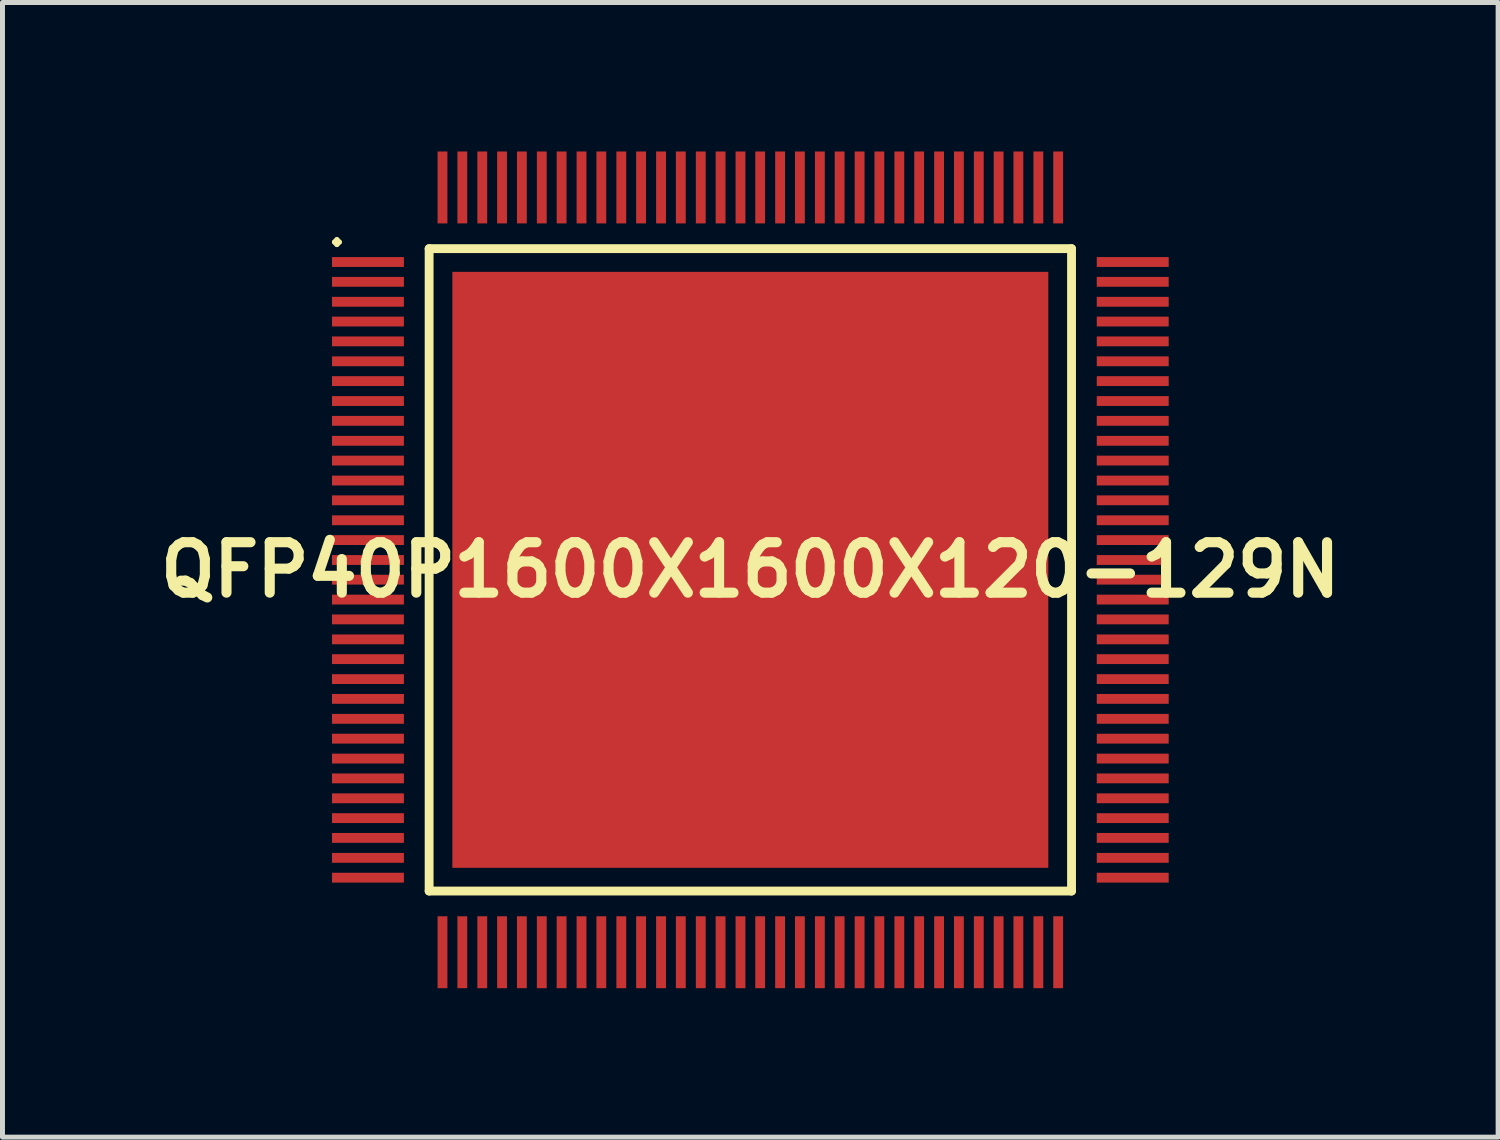
<source format=kicad_pcb>
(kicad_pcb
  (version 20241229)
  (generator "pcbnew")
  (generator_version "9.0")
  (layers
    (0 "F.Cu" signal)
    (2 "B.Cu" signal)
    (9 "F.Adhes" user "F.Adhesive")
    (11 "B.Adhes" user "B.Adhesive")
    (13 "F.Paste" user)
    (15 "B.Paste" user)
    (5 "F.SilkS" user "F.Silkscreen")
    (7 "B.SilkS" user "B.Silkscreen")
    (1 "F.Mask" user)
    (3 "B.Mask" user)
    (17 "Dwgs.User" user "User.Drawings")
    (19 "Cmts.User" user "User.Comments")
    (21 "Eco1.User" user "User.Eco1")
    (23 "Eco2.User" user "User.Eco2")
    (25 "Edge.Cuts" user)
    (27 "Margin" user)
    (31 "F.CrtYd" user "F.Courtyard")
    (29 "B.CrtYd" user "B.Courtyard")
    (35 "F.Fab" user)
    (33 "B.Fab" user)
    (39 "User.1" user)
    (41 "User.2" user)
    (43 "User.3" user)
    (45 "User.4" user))
  (footprint "QFP40P1600X1600X120-129N"
    (layer "F.Cu")
    (at 12.057 8.423)
    (property "Reference" "QFP40P1600X1600X120-129N" (at 0 0 0) (layer "F.SilkS") (effects (font (size 1.016 1.016) (thickness 0.203))))
    (attr smd)
    (fp_line (start -8.374 -6.599) (end -8.324 -6.65) (stroke (width 0.099) (type solid)) (layer "F.SilkS"))
    (fp_line (start -8.324 -6.65) (end -8.273 -6.599) (stroke (width 0.099) (type solid)) (layer "F.SilkS"))
    (fp_line (start -8.324 -6.548) (end -8.374 -6.599) (stroke (width 0.099) (type solid)) (layer "F.SilkS"))
    (fp_line (start -8.273 -6.599) (end -8.324 -6.548) (stroke (width 0.099) (type solid)) (layer "F.SilkS"))
    (fp_line (start -6.467 -6.467) (end -6.467 6.467) (stroke (width 0.178) (type solid)) (layer "F.SilkS"))
    (fp_line (start -6.467 6.467) (end 6.467 6.467) (stroke (width 0.178) (type solid)) (layer "F.SilkS"))
    (fp_line (start 6.467 -6.467) (end -6.467 -6.467) (stroke (width 0.178) (type solid)) (layer "F.SilkS"))
    (fp_line (start 6.467 6.467) (end 6.467 -6.467) (stroke (width 0.178) (type solid)) (layer "F.SilkS"))
    (pad "1" smd rect (at -7.699 -6.198) (size 1.448 0.198) (layers "F.Cu" "F.Mask" "F.Paste"))
    (pad "2" smd rect (at -7.699 -5.799) (size 1.448 0.198) (layers "F.Cu" "F.Mask" "F.Paste"))
    (pad "3" smd rect (at -7.699 -5.397) (size 1.448 0.198) (layers "F.Cu" "F.Mask" "F.Paste"))
    (pad "4" smd rect (at -7.699 -4.999) (size 1.448 0.198) (layers "F.Cu" "F.Mask" "F.Paste"))
    (pad "5" smd rect (at -7.699 -4.6) (size 1.448 0.198) (layers "F.Cu" "F.Mask" "F.Paste"))
    (pad "6" smd rect (at -7.699 -4.199) (size 1.448 0.198) (layers "F.Cu" "F.Mask" "F.Paste"))
    (pad "7" smd rect (at -7.699 -3.8) (size 1.448 0.198) (layers "F.Cu" "F.Mask" "F.Paste"))
    (pad "8" smd rect (at -7.699 -3.399) (size 1.448 0.198) (layers "F.Cu" "F.Mask" "F.Paste"))
    (pad "9" smd rect (at -7.699 -3) (size 1.448 0.198) (layers "F.Cu" "F.Mask" "F.Paste"))
    (pad "10" smd rect (at -7.699 -2.598) (size 1.448 0.198) (layers "F.Cu" "F.Mask" "F.Paste"))
    (pad "11" smd rect (at -7.699 -2.2) (size 1.448 0.198) (layers "F.Cu" "F.Mask" "F.Paste"))
    (pad "12" smd rect (at -7.699 -1.798) (size 1.448 0.198) (layers "F.Cu" "F.Mask" "F.Paste"))
    (pad "13" smd rect (at -7.699 -1.4) (size 1.448 0.198) (layers "F.Cu" "F.Mask" "F.Paste"))
    (pad "14" smd rect (at -7.699 -0.998) (size 1.448 0.198) (layers "F.Cu" "F.Mask" "F.Paste"))
    (pad "15" smd rect (at -7.699 -0.599) (size 1.448 0.198) (layers "F.Cu" "F.Mask" "F.Paste"))
    (pad "16" smd rect (at -7.699 -0.198) (size 1.448 0.198) (layers "F.Cu" "F.Mask" "F.Paste"))
    (pad "17" smd rect (at -7.699 0.198) (size 1.448 0.198) (layers "F.Cu" "F.Mask" "F.Paste"))
    (pad "18" smd rect (at -7.699 0.599) (size 1.448 0.198) (layers "F.Cu" "F.Mask" "F.Paste"))
    (pad "19" smd rect (at -7.699 0.998) (size 1.448 0.198) (layers "F.Cu" "F.Mask" "F.Paste"))
    (pad "20" smd rect (at -7.699 1.4) (size 1.448 0.198) (layers "F.Cu" "F.Mask" "F.Paste"))
    (pad "21" smd rect (at -7.699 1.798) (size 1.448 0.198) (layers "F.Cu" "F.Mask" "F.Paste"))
    (pad "22" smd rect (at -7.699 2.2) (size 1.448 0.198) (layers "F.Cu" "F.Mask" "F.Paste"))
    (pad "23" smd rect (at -7.699 2.598) (size 1.448 0.198) (layers "F.Cu" "F.Mask" "F.Paste"))
    (pad "24" smd rect (at -7.699 3) (size 1.448 0.198) (layers "F.Cu" "F.Mask" "F.Paste"))
    (pad "25" smd rect (at -7.699 3.399) (size 1.448 0.198) (layers "F.Cu" "F.Mask" "F.Paste"))
    (pad "26" smd rect (at -7.699 3.8) (size 1.448 0.198) (layers "F.Cu" "F.Mask" "F.Paste"))
    (pad "27" smd rect (at -7.699 4.199) (size 1.448 0.198) (layers "F.Cu" "F.Mask" "F.Paste"))
    (pad "28" smd rect (at -7.699 4.6) (size 1.448 0.198) (layers "F.Cu" "F.Mask" "F.Paste"))
    (pad "29" smd rect (at -7.699 4.999) (size 1.448 0.198) (layers "F.Cu" "F.Mask" "F.Paste"))
    (pad "30" smd rect (at -7.699 5.397) (size 1.448 0.198) (layers "F.Cu" "F.Mask" "F.Paste"))
    (pad "31" smd rect (at -7.699 5.799) (size 1.448 0.198) (layers "F.Cu" "F.Mask" "F.Paste"))
    (pad "32" smd rect (at -7.699 6.198) (size 1.448 0.198) (layers "F.Cu" "F.Mask" "F.Paste"))
    (pad "33" smd rect (at -6.198 7.699) (size 0.198 1.448) (layers "F.Cu" "F.Mask" "F.Paste"))
    (pad "34" smd rect (at -5.799 7.699) (size 0.198 1.448) (layers "F.Cu" "F.Mask" "F.Paste"))
    (pad "35" smd rect (at -5.397 7.699) (size 0.198 1.448) (layers "F.Cu" "F.Mask" "F.Paste"))
    (pad "36" smd rect (at -4.999 7.699) (size 0.198 1.448) (layers "F.Cu" "F.Mask" "F.Paste"))
    (pad "37" smd rect (at -4.6 7.699) (size 0.198 1.448) (layers "F.Cu" "F.Mask" "F.Paste"))
    (pad "38" smd rect (at -4.199 7.699) (size 0.198 1.448) (layers "F.Cu" "F.Mask" "F.Paste"))
    (pad "39" smd rect (at -3.8 7.699) (size 0.198 1.448) (layers "F.Cu" "F.Mask" "F.Paste"))
    (pad "40" smd rect (at -3.399 7.699) (size 0.198 1.448) (layers "F.Cu" "F.Mask" "F.Paste"))
    (pad "41" smd rect (at -3 7.699) (size 0.198 1.448) (layers "F.Cu" "F.Mask" "F.Paste"))
    (pad "42" smd rect (at -2.598 7.699) (size 0.198 1.448) (layers "F.Cu" "F.Mask" "F.Paste"))
    (pad "43" smd rect (at -2.2 7.699) (size 0.198 1.448) (layers "F.Cu" "F.Mask" "F.Paste"))
    (pad "44" smd rect (at -1.798 7.699) (size 0.198 1.448) (layers "F.Cu" "F.Mask" "F.Paste"))
    (pad "45" smd rect (at -1.4 7.699) (size 0.198 1.448) (layers "F.Cu" "F.Mask" "F.Paste"))
    (pad "46" smd rect (at -0.998 7.699) (size 0.198 1.448) (layers "F.Cu" "F.Mask" "F.Paste"))
    (pad "47" smd rect (at -0.599 7.699) (size 0.198 1.448) (layers "F.Cu" "F.Mask" "F.Paste"))
    (pad "48" smd rect (at -0.198 7.699) (size 0.198 1.448) (layers "F.Cu" "F.Mask" "F.Paste"))
    (pad "49" smd rect (at 0.198 7.699) (size 0.198 1.448) (layers "F.Cu" "F.Mask" "F.Paste"))
    (pad "50" smd rect (at 0.599 7.699) (size 0.198 1.448) (layers "F.Cu" "F.Mask" "F.Paste"))
    (pad "51" smd rect (at 0.998 7.699) (size 0.198 1.448) (layers "F.Cu" "F.Mask" "F.Paste"))
    (pad "52" smd rect (at 1.4 7.699) (size 0.198 1.448) (layers "F.Cu" "F.Mask" "F.Paste"))
    (pad "53" smd rect (at 1.798 7.699) (size 0.198 1.448) (layers "F.Cu" "F.Mask" "F.Paste"))
    (pad "54" smd rect (at 2.2 7.699) (size 0.198 1.448) (layers "F.Cu" "F.Mask" "F.Paste"))
    (pad "55" smd rect (at 2.598 7.699) (size 0.198 1.448) (layers "F.Cu" "F.Mask" "F.Paste"))
    (pad "56" smd rect (at 3 7.699) (size 0.198 1.448) (layers "F.Cu" "F.Mask" "F.Paste"))
    (pad "57" smd rect (at 3.399 7.699) (size 0.198 1.448) (layers "F.Cu" "F.Mask" "F.Paste"))
    (pad "58" smd rect (at 3.8 7.699) (size 0.198 1.448) (layers "F.Cu" "F.Mask" "F.Paste"))
    (pad "59" smd rect (at 4.199 7.699) (size 0.198 1.448) (layers "F.Cu" "F.Mask" "F.Paste"))
    (pad "60" smd rect (at 4.6 7.699) (size 0.198 1.448) (layers "F.Cu" "F.Mask" "F.Paste"))
    (pad "61" smd rect (at 4.999 7.699) (size 0.198 1.448) (layers "F.Cu" "F.Mask" "F.Paste"))
    (pad "62" smd rect (at 5.397 7.699) (size 0.198 1.448) (layers "F.Cu" "F.Mask" "F.Paste"))
    (pad "63" smd rect (at 5.799 7.699) (size 0.198 1.448) (layers "F.Cu" "F.Mask" "F.Paste"))
    (pad "64" smd rect (at 6.198 7.699) (size 0.198 1.448) (layers "F.Cu" "F.Mask" "F.Paste"))
    (pad "65" smd rect (at 7.699 6.198) (size 1.448 0.198) (layers "F.Cu" "F.Mask" "F.Paste"))
    (pad "66" smd rect (at 7.699 5.799) (size 1.448 0.198) (layers "F.Cu" "F.Mask" "F.Paste"))
    (pad "67" smd rect (at 7.699 5.397) (size 1.448 0.198) (layers "F.Cu" "F.Mask" "F.Paste"))
    (pad "68" smd rect (at 7.699 4.999) (size 1.448 0.198) (layers "F.Cu" "F.Mask" "F.Paste"))
    (pad "69" smd rect (at 7.699 4.6) (size 1.448 0.198) (layers "F.Cu" "F.Mask" "F.Paste"))
    (pad "70" smd rect (at 7.699 4.199) (size 1.448 0.198) (layers "F.Cu" "F.Mask" "F.Paste"))
    (pad "71" smd rect (at 7.699 3.8) (size 1.448 0.198) (layers "F.Cu" "F.Mask" "F.Paste"))
    (pad "72" smd rect (at 7.699 3.399) (size 1.448 0.198) (layers "F.Cu" "F.Mask" "F.Paste"))
    (pad "73" smd rect (at 7.699 3) (size 1.448 0.198) (layers "F.Cu" "F.Mask" "F.Paste"))
    (pad "74" smd rect (at 7.699 2.598) (size 1.448 0.198) (layers "F.Cu" "F.Mask" "F.Paste"))
    (pad "75" smd rect (at 7.699 2.2) (size 1.448 0.198) (layers "F.Cu" "F.Mask" "F.Paste"))
    (pad "76" smd rect (at 7.699 1.798) (size 1.448 0.198) (layers "F.Cu" "F.Mask" "F.Paste"))
    (pad "77" smd rect (at 7.699 1.4) (size 1.448 0.198) (layers "F.Cu" "F.Mask" "F.Paste"))
    (pad "78" smd rect (at 7.699 0.998) (size 1.448 0.198) (layers "F.Cu" "F.Mask" "F.Paste"))
    (pad "79" smd rect (at 7.699 0.599) (size 1.448 0.198) (layers "F.Cu" "F.Mask" "F.Paste"))
    (pad "80" smd rect (at 7.699 0.198) (size 1.448 0.198) (layers "F.Cu" "F.Mask" "F.Paste"))
    (pad "81" smd rect (at 7.699 -0.198) (size 1.448 0.198) (layers "F.Cu" "F.Mask" "F.Paste"))
    (pad "82" smd rect (at 7.699 -0.599) (size 1.448 0.198) (layers "F.Cu" "F.Mask" "F.Paste"))
    (pad "83" smd rect (at 7.699 -0.998) (size 1.448 0.198) (layers "F.Cu" "F.Mask" "F.Paste"))
    (pad "84" smd rect (at 7.699 -1.4) (size 1.448 0.198) (layers "F.Cu" "F.Mask" "F.Paste"))
    (pad "85" smd rect (at 7.699 -1.798) (size 1.448 0.198) (layers "F.Cu" "F.Mask" "F.Paste"))
    (pad "86" smd rect (at 7.699 -2.2) (size 1.448 0.198) (layers "F.Cu" "F.Mask" "F.Paste"))
    (pad "87" smd rect (at 7.699 -2.598) (size 1.448 0.198) (layers "F.Cu" "F.Mask" "F.Paste"))
    (pad "88" smd rect (at 7.699 -3) (size 1.448 0.198) (layers "F.Cu" "F.Mask" "F.Paste"))
    (pad "89" smd rect (at 7.699 -3.399) (size 1.448 0.198) (layers "F.Cu" "F.Mask" "F.Paste"))
    (pad "90" smd rect (at 7.699 -3.8) (size 1.448 0.198) (layers "F.Cu" "F.Mask" "F.Paste"))
    (pad "91" smd rect (at 7.699 -4.199) (size 1.448 0.198) (layers "F.Cu" "F.Mask" "F.Paste"))
    (pad "92" smd rect (at 7.699 -4.6) (size 1.448 0.198) (layers "F.Cu" "F.Mask" "F.Paste"))
    (pad "93" smd rect (at 7.699 -4.999) (size 1.448 0.198) (layers "F.Cu" "F.Mask" "F.Paste"))
    (pad "94" smd rect (at 7.699 -5.397) (size 1.448 0.198) (layers "F.Cu" "F.Mask" "F.Paste"))
    (pad "95" smd rect (at 7.699 -5.799) (size 1.448 0.198) (layers "F.Cu" "F.Mask" "F.Paste"))
    (pad "96" smd rect (at 7.699 -6.198) (size 1.448 0.198) (layers "F.Cu" "F.Mask" "F.Paste"))
    (pad "97" smd rect (at 6.198 -7.699) (size 0.198 1.448) (layers "F.Cu" "F.Mask" "F.Paste"))
    (pad "98" smd rect (at 5.799 -7.699) (size 0.198 1.448) (layers "F.Cu" "F.Mask" "F.Paste"))
    (pad "99" smd rect (at 5.397 -7.699) (size 0.198 1.448) (layers "F.Cu" "F.Mask" "F.Paste"))
    (pad "100" smd rect (at 4.999 -7.699) (size 0.198 1.448) (layers "F.Cu" "F.Mask" "F.Paste"))
    (pad "101" smd rect (at 4.6 -7.699) (size 0.198 1.448) (layers "F.Cu" "F.Mask" "F.Paste"))
    (pad "102" smd rect (at 4.199 -7.699) (size 0.198 1.448) (layers "F.Cu" "F.Mask" "F.Paste"))
    (pad "103" smd rect (at 3.8 -7.699) (size 0.198 1.448) (layers "F.Cu" "F.Mask" "F.Paste"))
    (pad "104" smd rect (at 3.399 -7.699) (size 0.198 1.448) (layers "F.Cu" "F.Mask" "F.Paste"))
    (pad "105" smd rect (at 3 -7.699) (size 0.198 1.448) (layers "F.Cu" "F.Mask" "F.Paste"))
    (pad "106" smd rect (at 2.598 -7.699) (size 0.198 1.448) (layers "F.Cu" "F.Mask" "F.Paste"))
    (pad "107" smd rect (at 2.2 -7.699) (size 0.198 1.448) (layers "F.Cu" "F.Mask" "F.Paste"))
    (pad "108" smd rect (at 1.798 -7.699) (size 0.198 1.448) (layers "F.Cu" "F.Mask" "F.Paste"))
    (pad "109" smd rect (at 1.4 -7.699) (size 0.198 1.448) (layers "F.Cu" "F.Mask" "F.Paste"))
    (pad "110" smd rect (at 0.998 -7.699) (size 0.198 1.448) (layers "F.Cu" "F.Mask" "F.Paste"))
    (pad "111" smd rect (at 0.599 -7.699) (size 0.198 1.448) (layers "F.Cu" "F.Mask" "F.Paste"))
    (pad "112" smd rect (at 0.198 -7.699) (size 0.198 1.448) (layers "F.Cu" "F.Mask" "F.Paste"))
    (pad "113" smd rect (at -0.198 -7.699) (size 0.198 1.448) (layers "F.Cu" "F.Mask" "F.Paste"))
    (pad "114" smd rect (at -0.599 -7.699) (size 0.198 1.448) (layers "F.Cu" "F.Mask" "F.Paste"))
    (pad "115" smd rect (at -0.998 -7.699) (size 0.198 1.448) (layers "F.Cu" "F.Mask" "F.Paste"))
    (pad "116" smd rect (at -1.4 -7.699) (size 0.198 1.448) (layers "F.Cu" "F.Mask" "F.Paste"))
    (pad "117" smd rect (at -1.798 -7.699) (size 0.198 1.448) (layers "F.Cu" "F.Mask" "F.Paste"))
    (pad "118" smd rect (at -2.2 -7.699) (size 0.198 1.448) (layers "F.Cu" "F.Mask" "F.Paste"))
    (pad "119" smd rect (at -2.598 -7.699) (size 0.198 1.448) (layers "F.Cu" "F.Mask" "F.Paste"))
    (pad "120" smd rect (at -3 -7.699) (size 0.198 1.448) (layers "F.Cu" "F.Mask" "F.Paste"))
    (pad "121" smd rect (at -3.399 -7.699) (size 0.198 1.448) (layers "F.Cu" "F.Mask" "F.Paste"))
    (pad "122" smd rect (at -3.8 -7.699) (size 0.198 1.448) (layers "F.Cu" "F.Mask" "F.Paste"))
    (pad "123" smd rect (at -4.199 -7.699) (size 0.198 1.448) (layers "F.Cu" "F.Mask" "F.Paste"))
    (pad "124" smd rect (at -4.6 -7.699) (size 0.198 1.448) (layers "F.Cu" "F.Mask" "F.Paste"))
    (pad "125" smd rect (at -4.999 -7.699) (size 0.198 1.448) (layers "F.Cu" "F.Mask" "F.Paste"))
    (pad "126" smd rect (at -5.397 -7.699) (size 0.198 1.448) (layers "F.Cu" "F.Mask" "F.Paste"))
    (pad "127" smd rect (at -5.799 -7.699) (size 0.198 1.448) (layers "F.Cu" "F.Mask" "F.Paste"))
    (pad "128" smd rect (at -6.198 -7.699) (size 0.198 1.448) (layers "F.Cu" "F.Mask" "F.Paste"))
    (pad "129" smd rect (at 0 0) (size 11.999 11.999) (layers "F.Cu" "F.Mask" "F.Paste")))
  (gr_rect
    (start -3 -3)
    (end 27.113 19.845)
    (stroke (width 0.1) (type default))
    (fill no)
    (layer "Edge.Cuts")))
</source>
